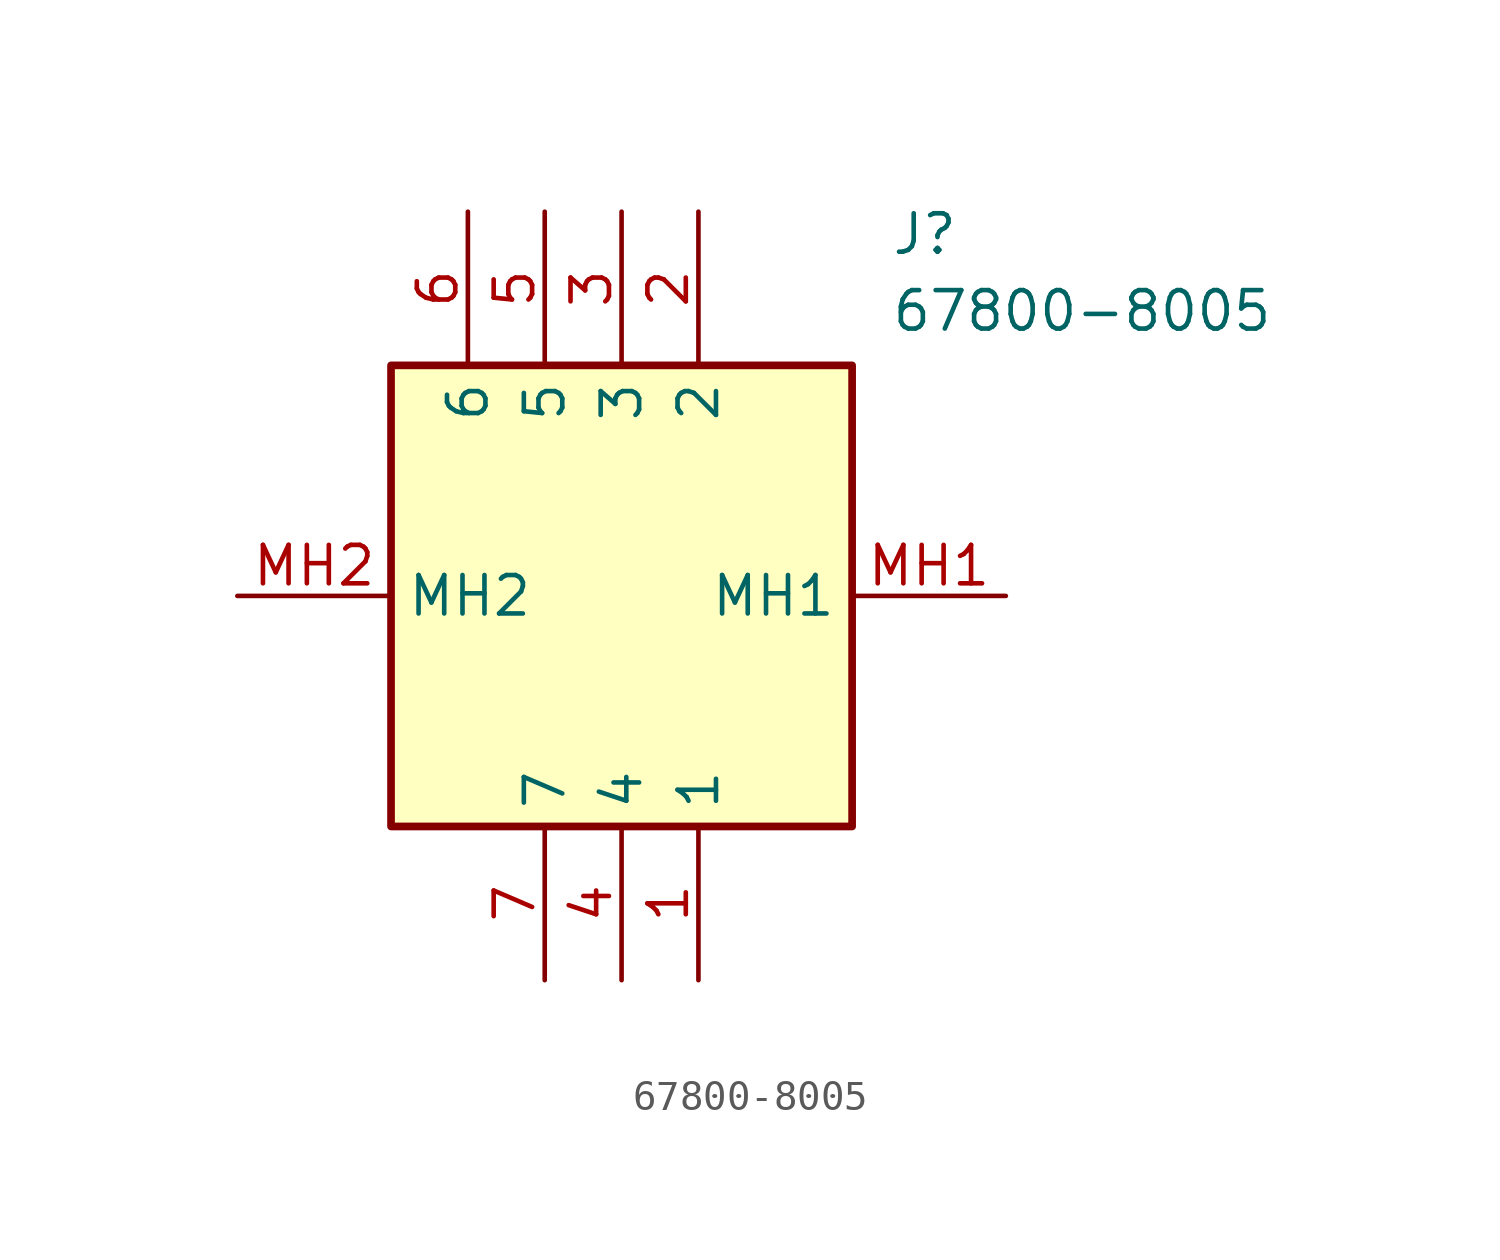
<source format=kicad_sym>
(kicad_symbol_lib
  (version 20211014)
  (generator SamacSys_ECAD_Model)
  (symbol "67800-8005"
    (property "Reference" "J"
      (at 21.59 12.7 0)
      (effects (font (size 1.27 1.27)) (justify left top)))
    (property "Value" "67800-8005"
      (at 21.59 10.16 0)
      (effects (font (size 1.27 1.27)) (justify left top)))
    (rectangle
      (start 5.08 7.62)
      (end 20.32 -7.62)
      (stroke (width 0.254) (type default))
      (fill (type background)))
    (pin passive line
      (at 15.24 -12.7 90)
      (length 5.08)
      (name "1" (effects (font (size 1.27 1.27))))
      (number "1" (effects (font (size 1.27 1.27)))))
    (pin passive line
      (at 15.24 12.7 270)
      (length 5.08)
      (name "2" (effects (font (size 1.27 1.27))))
      (number "2" (effects (font (size 1.27 1.27)))))
    (pin passive line
      (at 12.7 12.7 270)
      (length 5.08)
      (name "3" (effects (font (size 1.27 1.27))))
      (number "3" (effects (font (size 1.27 1.27)))))
    (pin passive line
      (at 12.7 -12.7 90)
      (length 5.08)
      (name "4" (effects (font (size 1.27 1.27))))
      (number "4" (effects (font (size 1.27 1.27)))))
    (pin passive line
      (at 10.16 12.7 270)
      (length 5.08)
      (name "5" (effects (font (size 1.27 1.27))))
      (number "5" (effects (font (size 1.27 1.27)))))
    (pin passive line
      (at 7.62 12.7 270)
      (length 5.08)
      (name "6" (effects (font (size 1.27 1.27))))
      (number "6" (effects (font (size 1.27 1.27)))))
    (pin passive line
      (at 10.16 -12.7 90)
      (length 5.08)
      (name "7" (effects (font (size 1.27 1.27))))
      (number "7" (effects (font (size 1.27 1.27)))))
    (pin passive line
      (at 25.4 0 180)
      (length 5.08)
      (name "MH1" (effects (font (size 1.27 1.27))))
      (number "MH1" (effects (font (size 1.27 1.27)))))
    (pin passive line
      (at 0 0 0)
      (length 5.08)
      (name "MH2" (effects (font (size 1.27 1.27))))
      (number "MH2" (effects (font (size 1.27 1.27)))))))
</source>
